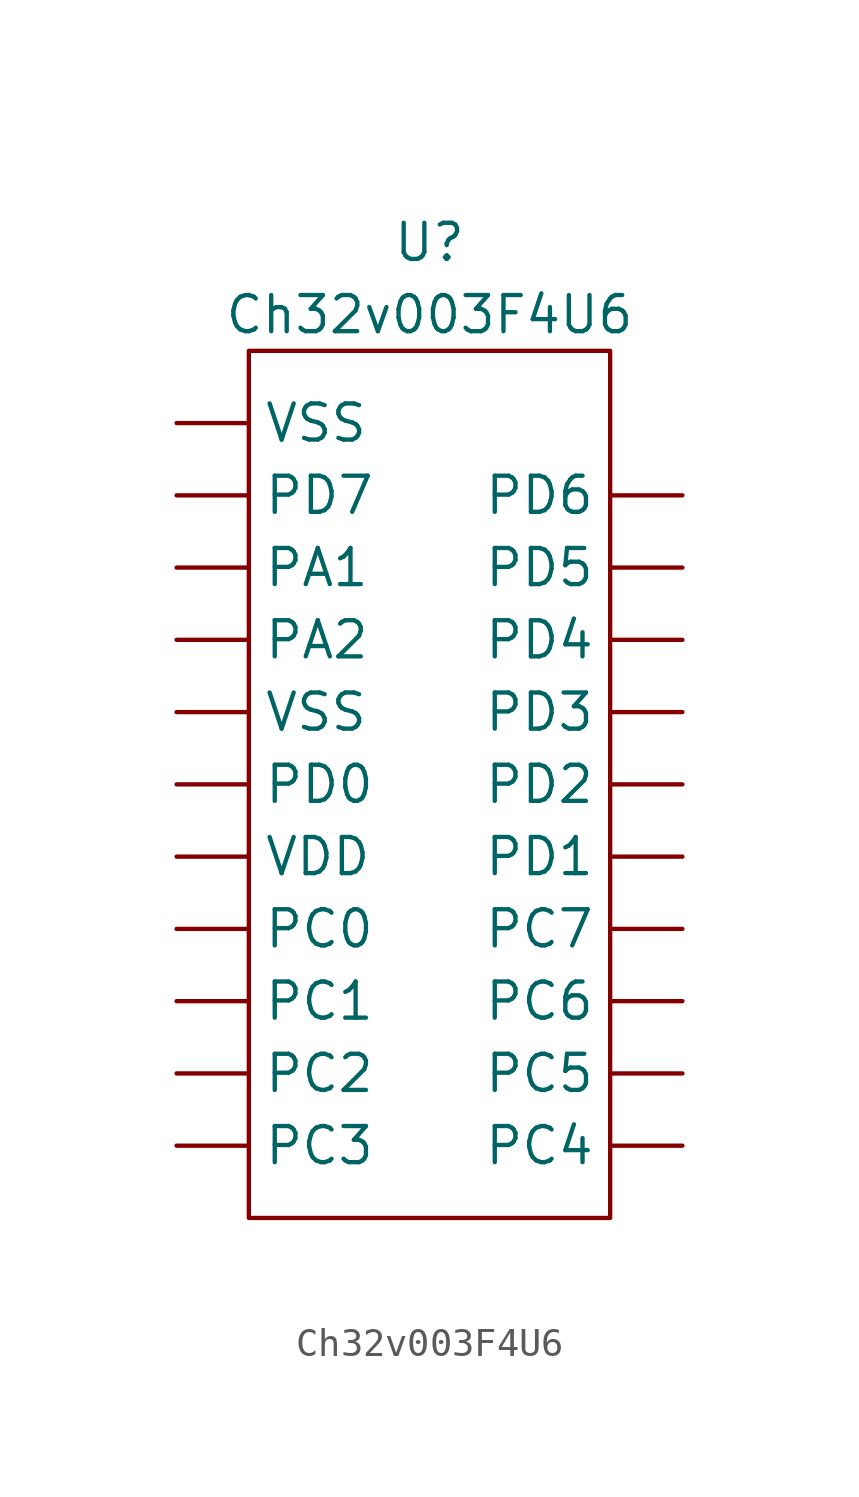
<source format=kicad_sym>
(kicad_symbol_lib
  (version 20220914)
  (generator kicad_symbol_editor)
  (symbol "Ch32v003F4U6"
    (pin_numbers hide)
    (property "Reference" "U"
      (at 0 19.05 0)
      (effects (font (size 1.27 1.27))))
    (property "Value" "Ch32v003F4U6"
      (at 0 16.51 0)
      (effects (font (size 1.27 1.27))))
    (symbol "Ch32v003F4U6_0_1"
      (rectangle (start -6.35 15.24) (end 6.35 -15.24) (stroke (width 0) (type default)) (fill (type none))))
    (symbol "Ch32v003F4U6_1_1"
      (pin input line (at -8.89 10.16 0) (length 2.54) (name "PD7" (effects (font (size 1.27 1.27)))) (number "1" (effects (font (size 1.27 1.27)))))
      (pin input line (at -8.89 -12.7 0) (length 2.54) (name "PC3" (effects (font (size 1.27 1.27)))) (number "10" (effects (font (size 1.27 1.27)))))
      (pin input line (at 8.89 -12.7 180) (length 2.54) (name "PC4" (effects (font (size 1.27 1.27)))) (number "11" (effects (font (size 1.27 1.27)))))
      (pin input line (at 8.89 -10.16 180) (length 2.54) (name "PC5" (effects (font (size 1.27 1.27)))) (number "12" (effects (font (size 1.27 1.27)))))
      (pin input line (at 8.89 -7.62 180) (length 2.54) (name "PC6" (effects (font (size 1.27 1.27)))) (number "13" (effects (font (size 1.27 1.27)))))
      (pin input line (at 8.89 -5.08 180) (length 2.54) (name "PC7" (effects (font (size 1.27 1.27)))) (number "14" (effects (font (size 1.27 1.27)))))
      (pin input line (at 8.89 -2.54 180) (length 2.54) (name "PD1" (effects (font (size 1.27 1.27)))) (number "15" (effects (font (size 1.27 1.27)))))
      (pin input line (at 8.89 0 180) (length 2.54) (name "PD2" (effects (font (size 1.27 1.27)))) (number "16" (effects (font (size 1.27 1.27)))))
      (pin input line (at 8.89 2.54 180) (length 2.54) (name "PD3" (effects (font (size 1.27 1.27)))) (number "17" (effects (font (size 1.27 1.27)))))
      (pin input line (at 8.89 5.08 180) (length 2.54) (name "PD4" (effects (font (size 1.27 1.27)))) (number "18" (effects (font (size 1.27 1.27)))))
      (pin input line (at 8.89 7.62 180) (length 2.54) (name "PD5" (effects (font (size 1.27 1.27)))) (number "19" (effects (font (size 1.27 1.27)))))
      (pin input line (at -8.89 7.62 0) (length 2.54) (name "PA1" (effects (font (size 1.27 1.27)))) (number "2" (effects (font (size 1.27 1.27)))))
      (pin input line (at 8.89 10.16 180) (length 2.54) (name "PD6" (effects (font (size 1.27 1.27)))) (number "20" (effects (font (size 1.27 1.27)))))
      (pin input line (at -8.89 12.7 0) (length 2.54) (name "VSS" (effects (font (size 1.27 1.27)))) (number "21" (effects (font (size 1.27 1.27)))))
      (pin input line (at -8.89 5.08 0) (length 2.54) (name "PA2" (effects (font (size 1.27 1.27)))) (number "3" (effects (font (size 1.27 1.27)))))
      (pin input line (at -8.89 2.54 0) (length 2.54) (name "VSS" (effects (font (size 1.27 1.27)))) (number "4" (effects (font (size 1.27 1.27)))))
      (pin input line (at -8.89 0 0) (length 2.54) (name "PD0" (effects (font (size 1.27 1.27)))) (number "5" (effects (font (size 1.27 1.27)))))
      (pin input line (at -8.89 -2.54 0) (length 2.54) (name "VDD" (effects (font (size 1.27 1.27)))) (number "6" (effects (font (size 1.27 1.27)))))
      (pin input line (at -8.89 -5.08 0) (length 2.54) (name "PC0" (effects (font (size 1.27 1.27)))) (number "7" (effects (font (size 1.27 1.27)))))
      (pin input line (at -8.89 -7.62 0) (length 2.54) (name "PC1" (effects (font (size 1.27 1.27)))) (number "8" (effects (font (size 1.27 1.27)))))
      (pin input line (at -8.89 -10.16 0) (length 2.54) (name "PC2" (effects (font (size 1.27 1.27)))) (number "9" (effects (font (size 1.27 1.27))))))))
</source>
